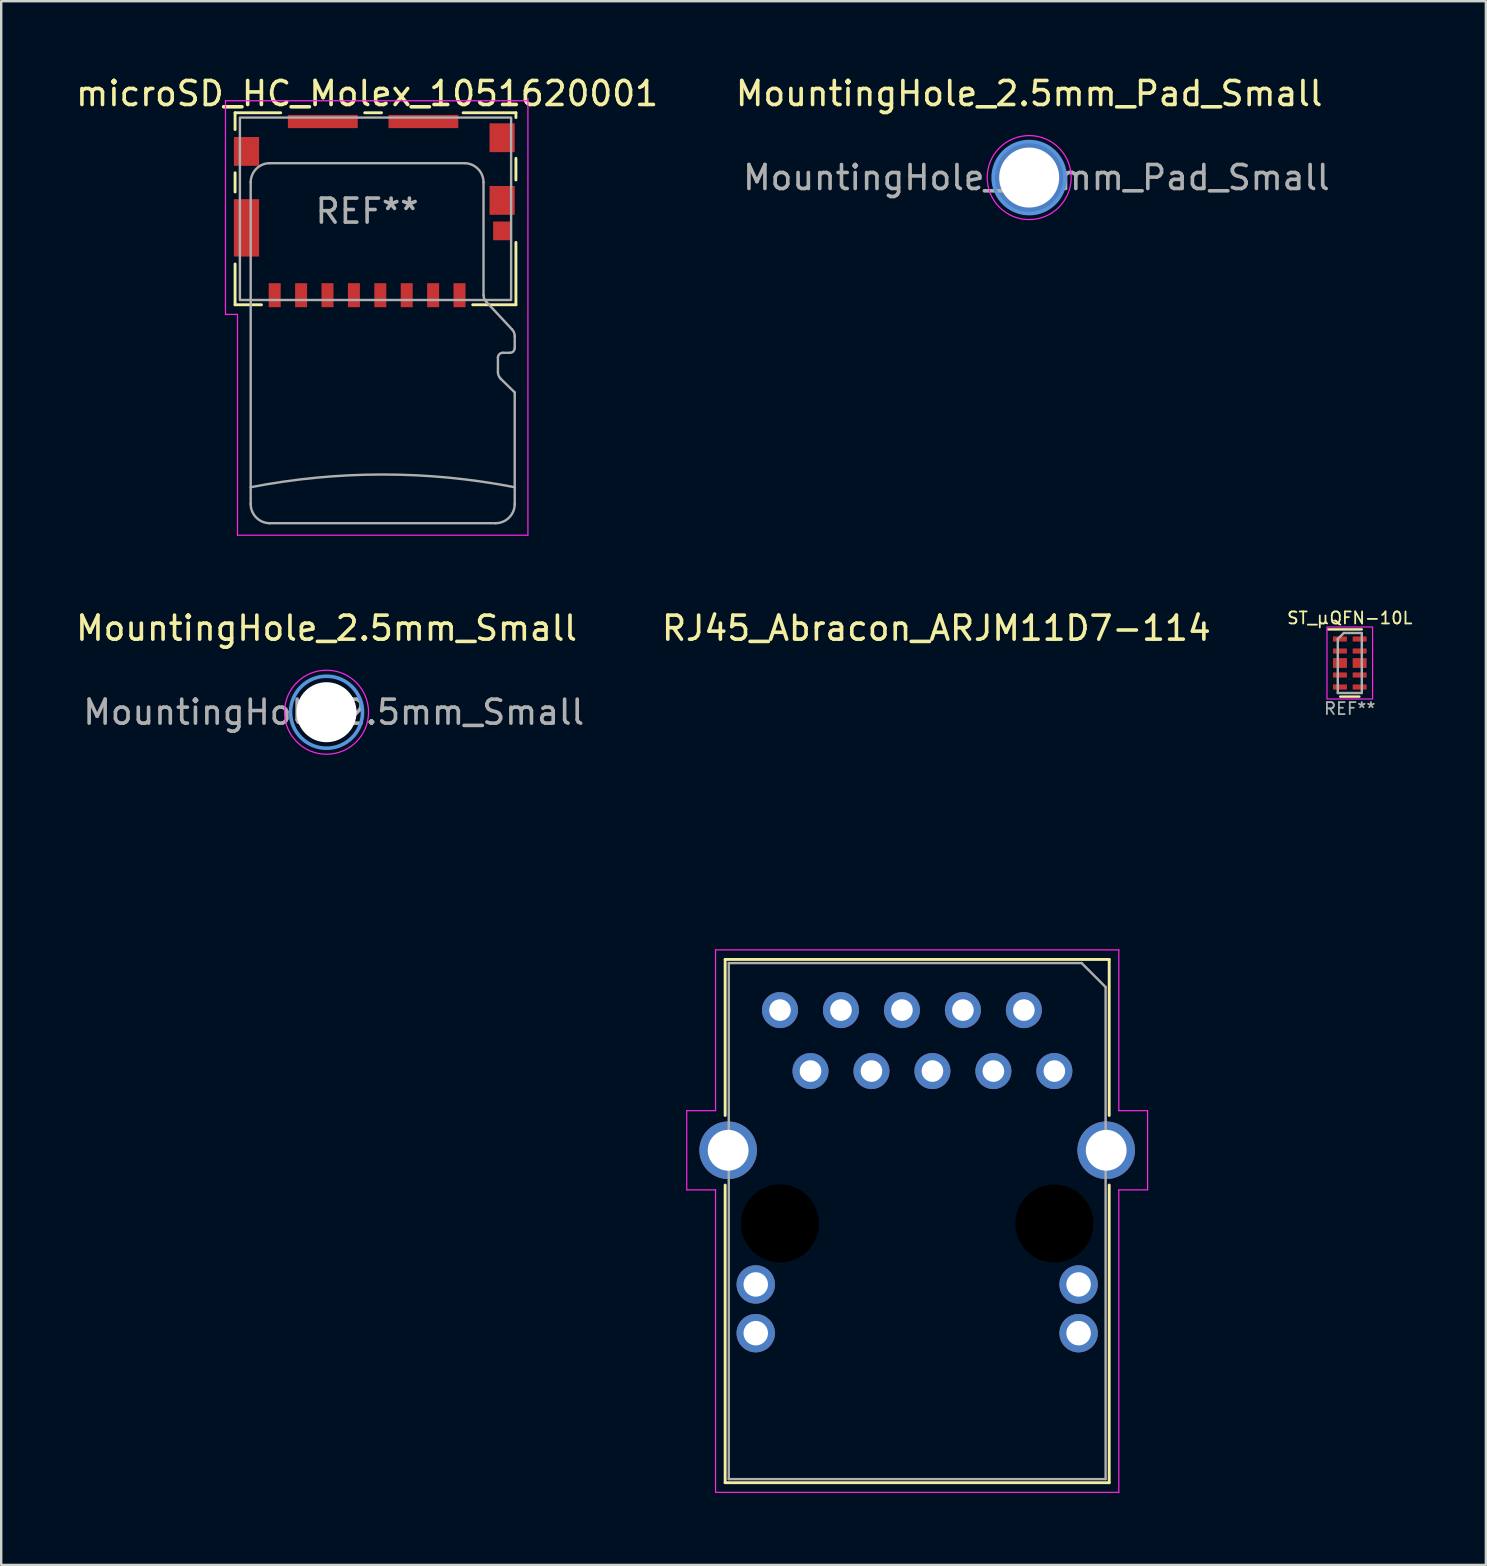
<source format=kicad_pcb>
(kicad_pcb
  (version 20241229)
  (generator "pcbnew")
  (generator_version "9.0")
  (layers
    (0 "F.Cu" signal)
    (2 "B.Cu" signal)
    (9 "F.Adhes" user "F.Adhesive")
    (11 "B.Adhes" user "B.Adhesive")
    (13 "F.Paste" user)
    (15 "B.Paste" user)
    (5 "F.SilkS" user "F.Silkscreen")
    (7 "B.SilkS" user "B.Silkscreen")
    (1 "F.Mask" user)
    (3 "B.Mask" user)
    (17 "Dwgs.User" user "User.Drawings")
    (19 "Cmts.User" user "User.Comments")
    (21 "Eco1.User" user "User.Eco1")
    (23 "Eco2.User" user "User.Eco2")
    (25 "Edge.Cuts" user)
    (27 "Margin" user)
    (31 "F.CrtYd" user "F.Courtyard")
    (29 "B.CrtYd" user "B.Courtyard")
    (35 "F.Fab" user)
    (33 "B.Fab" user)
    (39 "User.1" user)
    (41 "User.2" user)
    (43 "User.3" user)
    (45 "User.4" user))
  (footprint "MountingHole_2.5mm_Pad_Small"
    (layer "F.Cu")
    (at 39.827 4.348)
    (property "Reference" "MountingHole_2.5mm_Pad_Small" (at 0 -3.5 0) (layer "F.SilkS") (effects (font (size 1 1) (thickness 0.15))))
    (attr exclude_from_pos_files exclude_from_bom)
    (fp_circle (center 0 0) (end 1.5 0) (stroke (width 0.15) (type solid)) (fill no) (layer "Cmts.User"))
    (fp_circle (center 0 0) (end 1.75 0) (stroke (width 0.05) (type solid)) (fill no) (layer "F.CrtYd"))
    (fp_text user "${REFERENCE}" (at 0.3 0 0) (layer "F.Fab") (effects (font (size 1 1) (thickness 0.15))))
    (pad "1" thru_hole circle (at 0 0) (size 3 3) (drill 2.5) (layers "*.Cu" "*.Mask")))
  (footprint "MountingHole_2.5mm_Small"
    (layer "F.Cu")
    (at 10.554 26.622)
    (property "Reference" "MountingHole_2.5mm_Small" (at 0 -3.5 0) (layer "F.SilkS") (effects (font (size 1 1) (thickness 0.15))))
    (attr exclude_from_pos_files exclude_from_bom)
    (fp_circle (center 0 0) (end 1.5 0) (stroke (width 0.15) (type solid)) (fill no) (layer "Cmts.User"))
    (fp_circle (center 0 0) (end 1.75 0) (stroke (width 0.05) (type solid)) (fill no) (layer "F.CrtYd"))
    (fp_text user "${REFERENCE}" (at 0.3 0 0) (layer "F.Fab") (effects (font (size 1 1) (thickness 0.15))))
    (pad "" np_thru_hole circle (at 0 0) (size 2.5 2.5) (drill 2.5) (layers "*.Cu" "*.Mask")))
  (footprint "microSD_HC_Molex_1051620001"
    (layer "F.Cu")
    (at 12.244 5.748)
    (property "Reference" "microSD_HC_Molex_1051620001" (at 0 -4.9 0) (unlocked yes) (layer "F.SilkS") (effects (font (size 1 1) (thickness 0.15))))
    (attr smd)
    (fp_line (start -5.5 -4.1) (end -3.6 -4.1) (stroke (width 0.12) (type solid)) (layer "F.SilkS"))
    (fp_line (start -5.5 -3.4) (end -5.5 -4.1) (stroke (width 0.12) (type solid)) (layer "F.SilkS"))
    (fp_line (start -5.5 -1.6) (end -5.5 -0.8) (stroke (width 0.12) (type solid)) (layer "F.SilkS"))
    (fp_line (start -5.5 3.9) (end -5.5 2.2) (stroke (width 0.12) (type solid)) (layer "F.SilkS"))
    (fp_line (start -4.4 3.9) (end -5.5 3.9) (stroke (width 0.12) (type solid)) (layer "F.SilkS"))
    (fp_line (start -0.1 -4.1) (end 0.6 -4.1) (stroke (width 0.12) (type solid)) (layer "F.SilkS"))
    (fp_line (start 4 -4.1) (end 6.2 -4.1) (stroke (width 0.12) (type solid)) (layer "F.SilkS"))
    (fp_line (start 6.2 -4.1) (end 6.2 -3.9) (stroke (width 0.12) (type solid)) (layer "F.SilkS"))
    (fp_line (start 6.2 -2.2) (end 6.2 -1.3) (stroke (width 0.12) (type solid)) (layer "F.SilkS"))
    (fp_line (start 6.2 1.3) (end 6.2 3.9) (stroke (width 0.12) (type solid)) (layer "F.SilkS"))
    (fp_line (start 6.2 3.9) (end 4.4 3.9) (stroke (width 0.12) (type solid)) (layer "F.SilkS"))
    (fp_line (start -5.9 -4.6) (end -5.9 4.3) (stroke (width 0.05) (type solid)) (layer "F.CrtYd"))
    (fp_line (start -5.9 -4.6) (end 6.7 -4.6) (stroke (width 0.05) (type solid)) (layer "F.CrtYd"))
    (fp_line (start -5.9 4.3) (end -5.4 4.3) (stroke (width 0.05) (type solid)) (layer "F.CrtYd"))
    (fp_line (start -5.4 4.3) (end -5.4 13.5) (stroke (width 0.05) (type solid)) (layer "F.CrtYd"))
    (fp_line (start -5.4 13.5) (end 6.7 13.5) (stroke (width 0.05) (type solid)) (layer "F.CrtYd"))
    (fp_line (start 6.7 -4.7) (end 6.7 13.5) (stroke (width 0.05) (type solid)) (layer "F.CrtYd"))
    (fp_line (start -4.85 -1.2) (end -4.85 12.2) (stroke (width 0.1) (type solid)) (layer "F.Fab"))
    (fp_line (start -4.05 -2) (end 4.05 -2) (stroke (width 0.1) (type solid)) (layer "F.Fab"))
    (fp_line (start -4.05 13) (end 5.35 13) (stroke (width 0.1) (type solid)) (layer "F.Fab"))
    (fp_line (start 4.85 -1.2) (end 4.85 3.5) (stroke (width 0.1) (type solid)) (layer "F.Fab"))
    (fp_line (start 4.97 3.78) (end 6.033 4.92) (stroke (width 0.1) (type solid)) (layer "F.Fab"))
    (fp_line (start 5.45 6.1) (end 5.45 6.7) (stroke (width 0.1) (type solid)) (layer "F.Fab"))
    (fp_line (start 5.567 6.983) (end 6.15 7.55) (stroke (width 0.1) (type solid)) (layer "F.Fab"))
    (fp_line (start 5.95 5.9) (end 5.65 5.9) (stroke (width 0.1) (type solid)) (layer "F.Fab"))
    (fp_line (start 6.15 5.7) (end 6.15 5.203) (stroke (width 0.1) (type solid)) (layer "F.Fab"))
    (fp_line (start 6.15 12.2) (end 6.15 7.55) (stroke (width 0.1) (type solid)) (layer "F.Fab"))
    (fp_rect (start -5.3 -3.9) (end 6 3.7) (stroke (width 0.1) (type solid)) (fill no) (layer "F.Fab"))
    (fp_arc (start -4.85 -1.2) (mid -4.615685 -1.765685) (end -4.05 -2) (stroke (width 0.1) (type solid)) (layer "F.Fab"))
    (fp_arc (start -4.85 11.5) (mid 0.65 10.97041) (end 6.15 11.5) (stroke (width 0.1) (type solid)) (layer "F.Fab"))
    (fp_arc (start -4.05 13) (mid -4.615685 12.765685) (end -4.85 12.2) (stroke (width 0.1) (type solid)) (layer "F.Fab"))
    (fp_arc (start 4.05 -2) (mid 4.615685 -1.765685) (end 4.85 -1.2) (stroke (width 0.1) (type solid)) (layer "F.Fab"))
    (fp_arc (start 4.97 3.78) (mid 4.882152 3.651935) (end 4.85 3.5) (stroke (width 0.1) (type solid)) (layer "F.Fab"))
    (fp_arc (start 5.45 6.1) (mid 5.508579 5.958579) (end 5.65 5.9) (stroke (width 0.1) (type solid)) (layer "F.Fab"))
    (fp_arc (start 5.567157 6.982843) (mid 5.480448 6.853074) (end 5.45 6.7) (stroke (width 0.1) (type solid)) (layer "F.Fab"))
    (fp_arc (start 6.032843 4.920231) (mid 6.119552 5.05) (end 6.15 5.203074) (stroke (width 0.1) (type solid)) (layer "F.Fab"))
    (fp_arc (start 6.15 5.7) (mid 6.091421 5.841421) (end 5.95 5.9) (stroke (width 0.1) (type solid)) (layer "F.Fab"))
    (fp_arc (start 6.15 12.2) (mid 5.915685 12.765685) (end 5.35 13) (stroke (width 0.1) (type solid)) (layer "F.Fab"))
    (fp_text user "REF**" (at 0 0 0) (unlocked yes) (layer "F.Fab") (effects (font (size 1 1) (thickness 0.15))))
    (pad "1" smd rect (at 3.85 3.5) (size 0.5 1) (layers "F.Cu" "F.Mask" "F.Paste"))
    (pad "2" smd rect (at 2.75 3.5) (size 0.5 1) (layers "F.Cu" "F.Mask" "F.Paste"))
    (pad "3" smd rect (at 1.65 3.5) (size 0.5 1) (layers "F.Cu" "F.Mask" "F.Paste"))
    (pad "4" smd rect (at 0.55 3.5) (size 0.5 1) (layers "F.Cu" "F.Mask" "F.Paste"))
    (pad "5" smd rect (at -0.55 3.5) (size 0.5 1) (layers "F.Cu" "F.Mask" "F.Paste"))
    (pad "6" smd rect (at -1.65 3.5) (size 0.5 1) (layers "F.Cu" "F.Mask" "F.Paste"))
    (pad "7" smd rect (at -2.75 3.5) (size 0.5 1) (layers "F.Cu" "F.Mask" "F.Paste"))
    (pad "8" smd rect (at -3.85 3.5) (size 0.5 1) (layers "F.Cu" "F.Mask" "F.Paste"))
    (pad "9" smd rect (at 5.61 0.82) (size 0.72 0.78) (layers "F.Cu" "F.Mask" "F.Paste"))
    (pad "10" smd rect (at -5.025 -2.49) (size 1.05 1.2) (layers "F.Cu" "F.Mask" "F.Paste"))
    (pad "10" smd rect (at -5.025 0.695) (size 1.05 2.39) (layers "F.Cu" "F.Mask" "F.Paste"))
    (pad "10" smd rect (at -1.845 -3.735) (size 2.91 0.55) (layers "F.Cu" "F.Mask" "F.Paste"))
    (pad "10" smd rect (at 2.345 -3.735) (size 2.91 0.55) (layers "F.Cu" "F.Mask" "F.Paste"))
    (pad "10" smd rect (at 5.625 -3.06) (size 1.05 1.2) (layers "F.Cu" "F.Mask" "F.Paste"))
    (pad "10" smd rect (at 5.625 -0.45) (size 1.05 1.2) (layers "F.Cu" "F.Mask" "F.Paste")))
  (footprint "ST_µQFN-10L"
    (layer "F.Cu")
    (at 53.184 24.572)
    (property "Reference" "ST_µQFN-10L" (at 0 -1.875 0) (unlocked yes) (layer "F.SilkS") (effects (font (size 0.5 0.5) (thickness 0.075))))
    (attr smd)
    (fp_line (start -0.9 -1.4) (end 0.5 -1.4) (stroke (width 0.1) (type solid)) (layer "F.SilkS"))
    (fp_line (start -0.4 1.4) (end 0.4 1.4) (stroke (width 0.1) (type solid)) (layer "F.SilkS"))
    (fp_rect (start -0.95 -1.5) (end 0.95 1.5) (stroke (width 0.05) (type solid)) (fill no) (layer "F.CrtYd"))
    (fp_line (start -0.5 1.25) (end -0.5 -1) (stroke (width 0.1) (type solid)) (layer "F.Fab"))
    (fp_line (start -0.25 -1.25) (end -0.5 -1) (stroke (width 0.1) (type solid)) (layer "F.Fab"))
    (fp_line (start -0.25 -1.25) (end 0.5 -1.25) (stroke (width 0.1) (type solid)) (layer "F.Fab"))
    (fp_line (start 0.5 -1.25) (end 0.5 1.25) (stroke (width 0.1) (type solid)) (layer "F.Fab"))
    (fp_line (start 0.5 1.25) (end -0.5 1.25) (stroke (width 0.1) (type solid)) (layer "F.Fab"))
    (fp_text user "REF**" (at 0 1.9 0) (unlocked yes) (layer "F.Fab") (effects (font (size 0.5 0.5) (thickness 0.075))))
    (pad "1" smd rect (at -0.41 -1) (size 0.55 0.19) (layers "F.Cu" "F.Mask" "F.Paste"))
    (pad "1" smd rect (at -0.41 -1) (size 0.58 0.2) (layers "F.Cu" "F.Mask"))
    (pad "2" smd rect (at -0.41 -0.5) (size 0.55 0.19) (layers "F.Cu" "F.Mask" "F.Paste"))
    (pad "2" smd rect (at -0.41 -0.5) (size 0.58 0.2) (layers "F.Cu" "F.Mask"))
    (pad "3" smd rect (at -0.41 0) (size 0.55 0.38) (layers "F.Cu" "F.Mask" "F.Paste"))
    (pad "3" smd rect (at -0.41 0) (size 0.58 0.4) (layers "F.Cu" "F.Mask"))
    (pad "4" smd rect (at -0.41 0.5) (size 0.55 0.19) (layers "F.Cu" "F.Mask" "F.Paste"))
    (pad "4" smd rect (at -0.41 0.5) (size 0.58 0.2) (layers "F.Cu" "F.Mask"))
    (pad "5" smd rect (at -0.41 1) (size 0.55 0.19) (layers "F.Cu" "F.Mask" "F.Paste"))
    (pad "5" smd rect (at -0.41 1) (size 0.58 0.2) (layers "F.Cu" "F.Mask"))
    (pad "6" smd rect (at 0.41 1) (size 0.55 0.19) (layers "F.Cu" "F.Mask" "F.Paste"))
    (pad "6" smd rect (at 0.41 1) (size 0.58 0.2) (layers "F.Cu" "F.Mask"))
    (pad "7" smd rect (at 0.41 0.5) (size 0.55 0.19) (layers "F.Cu" "F.Mask" "F.Paste"))
    (pad "7" smd rect (at 0.41 0.5) (size 0.58 0.2) (layers "F.Cu" "F.Mask"))
    (pad "8" smd rect (at 0.41 0) (size 0.55 0.38) (layers "F.Cu" "F.Mask" "F.Paste"))
    (pad "8" smd rect (at 0.41 0) (size 0.58 0.4) (layers "F.Cu" "F.Mask"))
    (pad "9" smd rect (at 0.41 -0.5) (size 0.55 0.19) (layers "F.Cu" "F.Mask" "F.Paste"))
    (pad "9" smd rect (at 0.41 -0.5) (size 0.58 0.2) (layers "F.Cu" "F.Mask"))
    (pad "10" smd rect (at 0.41 -1) (size 0.55 0.19) (layers "F.Cu" "F.Mask" "F.Paste"))
    (pad "10" smd rect (at 0.41 -1) (size 0.58 0.2) (layers "F.Cu" "F.Mask")))
  (footprint "RJ45_Abracon_ARJM11D7-114"
    (layer "F.Cu")
    (at 35.161 47.922)
    (property "Reference" "RJ45_Abracon_ARJM11D7-114" (at 0.8 -24.8 0) (unlocked yes) (layer "F.SilkS") (effects (font (size 1 1) (thickness 0.15))))
    (fp_line (start -8 -11) (end -8 -4.5) (stroke (width 0.12) (type solid)) (layer "F.SilkS"))
    (fp_line (start -8 -11) (end 8 -11) (stroke (width 0.12) (type solid)) (layer "F.SilkS"))
    (fp_line (start -8 -1.6) (end -8 10.8) (stroke (width 0.12) (type solid)) (layer "F.SilkS"))
    (fp_line (start -8 10.8) (end 8 10.8) (stroke (width 0.12) (type solid)) (layer "F.SilkS"))
    (fp_line (start 8 -4.5) (end 8 -11) (stroke (width 0.12) (type solid)) (layer "F.SilkS"))
    (fp_line (start 8 10.8) (end 8 -1.6) (stroke (width 0.12) (type solid)) (layer "F.SilkS"))
    (fp_line (start -9.6 -4.7) (end -9.6 -1.4) (stroke (width 0.05) (type solid)) (layer "F.CrtYd"))
    (fp_line (start -9.6 -4.7) (end -8.4 -4.7) (stroke (width 0.05) (type solid)) (layer "F.CrtYd"))
    (fp_line (start -9.6 -1.4) (end -8.4 -1.4) (stroke (width 0.05) (type solid)) (layer "F.CrtYd"))
    (fp_line (start -8.4 -11.4) (end -8.4 -4.7) (stroke (width 0.05) (type solid)) (layer "F.CrtYd"))
    (fp_line (start -8.4 -11.4) (end 8.4 -11.4) (stroke (width 0.05) (type solid)) (layer "F.CrtYd"))
    (fp_line (start -8.4 -1.4) (end -8.4 11.2) (stroke (width 0.05) (type solid)) (layer "F.CrtYd"))
    (fp_line (start -8.4 11.2) (end 8.4 11.2) (stroke (width 0.05) (type solid)) (layer "F.CrtYd"))
    (fp_line (start 8.4 -11.4) (end 8.4 -4.7) (stroke (width 0.05) (type solid)) (layer "F.CrtYd"))
    (fp_line (start 8.4 -1.4) (end 8.4 11.2) (stroke (width 0.05) (type solid)) (layer "F.CrtYd"))
    (fp_line (start 9.6 -4.7) (end 8.4 -4.7) (stroke (width 0.05) (type solid)) (layer "F.CrtYd"))
    (fp_line (start 9.6 -1.4) (end 8.4 -1.4) (stroke (width 0.05) (type solid)) (layer "F.CrtYd"))
    (fp_line (start 9.6 -1.4) (end 9.6 -4.7) (stroke (width 0.05) (type solid)) (layer "F.CrtYd"))
    (fp_line (start -7.85 -10.85) (end 6.85 -10.85) (stroke (width 0.1) (type solid)) (layer "F.Fab"))
    (fp_line (start -7.85 10.65) (end -7.85 -10.85) (stroke (width 0.1) (type solid)) (layer "F.Fab"))
    (fp_line (start 6.85 -10.85) (end 7.85 -9.85) (stroke (width 0.1) (type solid)) (layer "F.Fab"))
    (fp_line (start 7.85 -9.85) (end 7.85 10.65) (stroke (width 0.1) (type solid)) (layer "F.Fab"))
    (fp_line (start 7.85 10.65) (end -7.85 10.65) (stroke (width 0.1) (type solid)) (layer "F.Fab"))
    (pad "" np_thru_hole circle (at -5.715 0) (size 3.25 3.25) (drill 3.25) (layers "*.Mask"))
    (pad "" np_thru_hole circle (at 5.715 0) (size 3.25 3.25) (drill 3.25) (layers "*.Mask"))
    (pad "1" thru_hole circle (at 5.715 -6.35) (size 1.5 1.5) (drill 0.9) (layers "*.Cu" "*.Mask"))
    (pad "2" thru_hole circle (at 4.445 -8.89) (size 1.5 1.5) (drill 0.9) (layers "*.Cu" "*.Mask"))
    (pad "3" thru_hole circle (at 3.175 -6.35) (size 1.5 1.5) (drill 0.9) (layers "*.Cu" "*.Mask"))
    (pad "4" thru_hole circle (at 1.905 -8.89) (size 1.5 1.5) (drill 0.9) (layers "*.Cu" "*.Mask"))
    (pad "5" thru_hole circle (at 0.635 -6.35) (size 1.5 1.5) (drill 0.9) (layers "*.Cu" "*.Mask"))
    (pad "6" thru_hole circle (at -0.635 -8.89) (size 1.5 1.5) (drill 0.9) (layers "*.Cu" "*.Mask"))
    (pad "7" thru_hole circle (at -1.905 -6.35) (size 1.5 1.5) (drill 0.9) (layers "*.Cu" "*.Mask"))
    (pad "8" thru_hole circle (at -3.175 -8.89) (size 1.5 1.5) (drill 0.9) (layers "*.Cu" "*.Mask"))
    (pad "9" thru_hole circle (at -4.445 -6.35) (size 1.5 1.5) (drill 0.9) (layers "*.Cu" "*.Mask"))
    (pad "10" thru_hole circle (at -5.715 -8.89) (size 1.5 1.5) (drill 0.9) (layers "*.Cu" "*.Mask"))
    (pad "11" thru_hole circle (at 6.725 2.54) (size 1.6 1.6) (drill 1.02) (layers "*.Cu" "*.Mask"))
    (pad "12" thru_hole circle (at 6.725 4.57) (size 1.6 1.6) (drill 1.02) (layers "*.Cu" "*.Mask"))
    (pad "13" thru_hole circle (at -6.725 2.54) (size 1.6 1.6) (drill 1.02) (layers "*.Cu" "*.Mask"))
    (pad "14" thru_hole circle (at -6.725 4.57) (size 1.6 1.6) (drill 1.02) (layers "*.Cu" "*.Mask"))
    (pad "SH" thru_hole circle (at -7.875 -3.05) (size 2.4 2.4) (drill 1.7) (layers "*.Cu" "*.Mask"))
    (pad "SH" thru_hole circle (at 7.875 -3.05) (size 2.4 2.4) (drill 1.7) (layers "*.Cu" "*.Mask")))
  (gr_rect
    (start -3 -3)
    (end 58.854 62.147)
    (stroke (width 0.1) (type default))
    (fill no)
    (layer "Edge.Cuts")))
</source>
